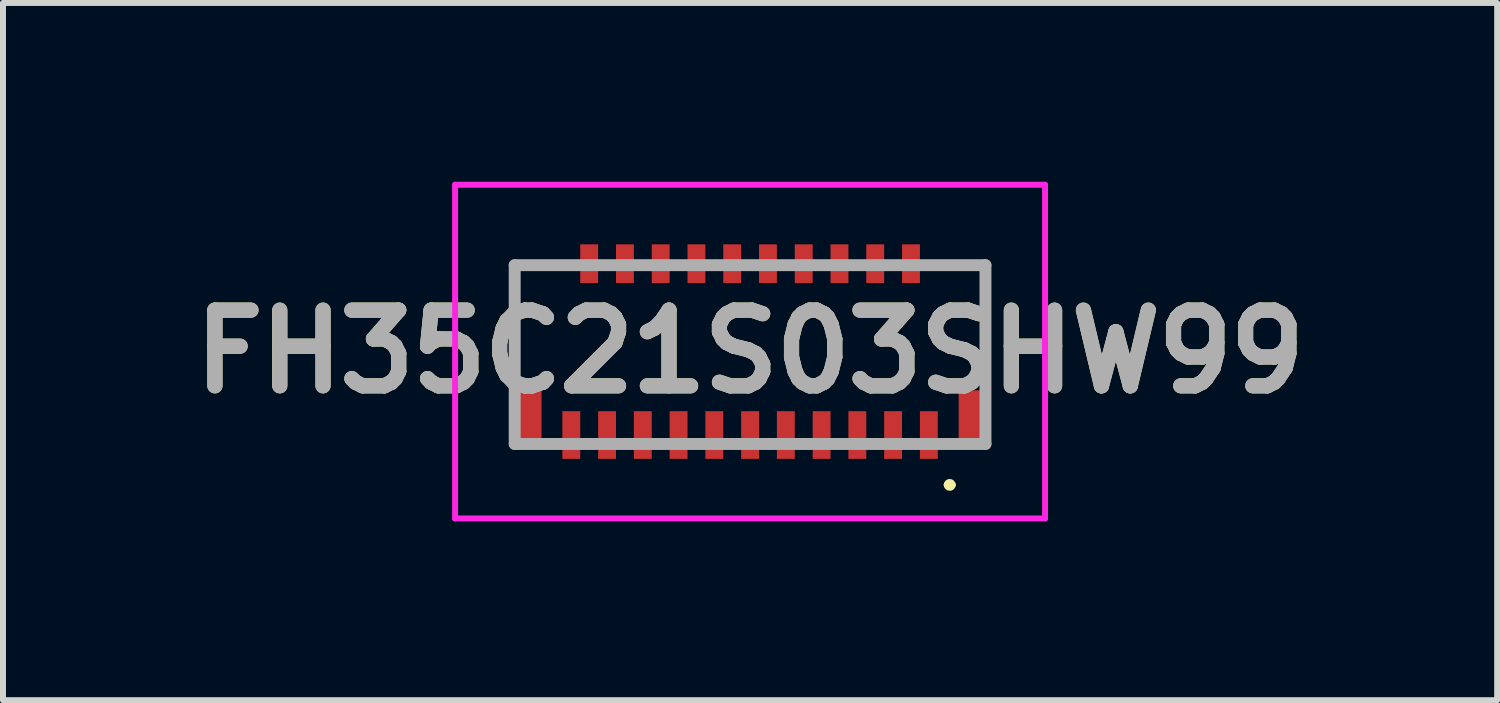
<source format=kicad_pcb>
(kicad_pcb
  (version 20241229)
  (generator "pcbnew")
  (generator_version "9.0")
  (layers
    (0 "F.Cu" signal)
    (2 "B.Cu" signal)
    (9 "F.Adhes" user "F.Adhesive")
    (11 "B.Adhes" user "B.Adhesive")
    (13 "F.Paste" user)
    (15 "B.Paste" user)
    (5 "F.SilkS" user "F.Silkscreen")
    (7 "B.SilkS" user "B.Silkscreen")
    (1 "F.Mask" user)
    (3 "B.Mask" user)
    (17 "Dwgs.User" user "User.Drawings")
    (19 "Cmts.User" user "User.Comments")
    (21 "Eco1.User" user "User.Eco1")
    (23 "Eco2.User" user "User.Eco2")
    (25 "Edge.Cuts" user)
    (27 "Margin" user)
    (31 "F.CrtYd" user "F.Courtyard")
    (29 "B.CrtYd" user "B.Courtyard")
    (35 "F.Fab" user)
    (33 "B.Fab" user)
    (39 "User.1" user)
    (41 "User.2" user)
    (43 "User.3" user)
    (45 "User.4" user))
  (footprint "FH35C21S03SHW99"
    (layer "F.Cu")
    (at 9.537 2.887)
    (property "Reference" "FH35C21S03SHW99" (at 0 -0.037 0) (layer "F.SilkS") (effects (font (size 1.27 1.27) (thickness 0.254))))
    (attr smd)
    (fp_line (start -3.95 -1.487) (end -3.2 -1.487) (stroke (width 0.1) (type solid)) (layer "F.SilkS"))
    (fp_line (start -3.95 0) (end -3.95 -1.487) (stroke (width 0.1) (type solid)) (layer "F.SilkS"))
    (fp_line (start 3.3 2.2) (end 3.3 2.2) (stroke (width 0.1) (type solid)) (layer "F.SilkS"))
    (fp_line (start 3.4 2.2) (end 3.4 2.2) (stroke (width 0.1) (type solid)) (layer "F.SilkS"))
    (fp_line (start 3.95 -1.487) (end 3.4 -1.487) (stroke (width 0.1) (type solid)) (layer "F.SilkS"))
    (fp_line (start 3.95 0.2) (end 3.95 -1.487) (stroke (width 0.1) (type solid)) (layer "F.SilkS"))
    (fp_arc (start 3.3 2.2) (mid 3.35 2.15) (end 3.4 2.2) (stroke (width 0.1) (type solid)) (layer "F.SilkS"))
    (fp_arc (start 3.4 2.2) (mid 3.35 2.25) (end 3.3 2.2) (stroke (width 0.1) (type solid)) (layer "F.SilkS"))
    (fp_line (start -4.95 -2.837) (end 4.95 -2.837) (stroke (width 0.1) (type solid)) (layer "F.CrtYd"))
    (fp_line (start -4.95 2.763) (end -4.95 -2.837) (stroke (width 0.1) (type solid)) (layer "F.CrtYd"))
    (fp_line (start 4.95 -2.837) (end 4.95 2.763) (stroke (width 0.1) (type solid)) (layer "F.CrtYd"))
    (fp_line (start 4.95 2.763) (end -4.95 2.763) (stroke (width 0.1) (type solid)) (layer "F.CrtYd"))
    (fp_line (start -3.95 -1.487) (end 3.95 -1.487) (stroke (width 0.2) (type solid)) (layer "F.Fab"))
    (fp_line (start -3.95 1.513) (end -3.95 -1.487) (stroke (width 0.2) (type solid)) (layer "F.Fab"))
    (fp_line (start 3.95 -1.487) (end 3.95 1.513) (stroke (width 0.2) (type solid)) (layer "F.Fab"))
    (fp_line (start 3.95 1.513) (end -3.95 1.513) (stroke (width 0.2) (type solid)) (layer "F.Fab"))
    (fp_text user "${REFERENCE}" (at 0 -0.037 0) (layer "F.Fab") (effects (font (size 1.27 1.27) (thickness 0.254))))
    (pad "1" smd rect (at 3 1.363) (size 0.3 0.8) (layers "F.Cu" "F.Mask" "F.Paste"))
    (pad "2" smd rect (at 2.7 -1.512) (size 0.3 0.65) (layers "F.Cu" "F.Mask" "F.Paste"))
    (pad "3" smd rect (at 2.4 1.363) (size 0.3 0.8) (layers "F.Cu" "F.Mask" "F.Paste"))
    (pad "4" smd rect (at 2.1 -1.512) (size 0.3 0.65) (layers "F.Cu" "F.Mask" "F.Paste"))
    (pad "5" smd rect (at 1.8 1.363) (size 0.3 0.8) (layers "F.Cu" "F.Mask" "F.Paste"))
    (pad "6" smd rect (at 1.5 -1.512) (size 0.3 0.65) (layers "F.Cu" "F.Mask" "F.Paste"))
    (pad "7" smd rect (at 1.2 1.363) (size 0.3 0.8) (layers "F.Cu" "F.Mask" "F.Paste"))
    (pad "8" smd rect (at 0.9 -1.512) (size 0.3 0.65) (layers "F.Cu" "F.Mask" "F.Paste"))
    (pad "9" smd rect (at 0.6 1.363) (size 0.3 0.8) (layers "F.Cu" "F.Mask" "F.Paste"))
    (pad "10" smd rect (at 0.3 -1.512) (size 0.3 0.65) (layers "F.Cu" "F.Mask" "F.Paste"))
    (pad "11" smd rect (at 0 1.363) (size 0.3 0.8) (layers "F.Cu" "F.Mask" "F.Paste"))
    (pad "12" smd rect (at -0.3 -1.512) (size 0.3 0.65) (layers "F.Cu" "F.Mask" "F.Paste"))
    (pad "13" smd rect (at -0.6 1.363) (size 0.3 0.8) (layers "F.Cu" "F.Mask" "F.Paste"))
    (pad "14" smd rect (at -0.9 -1.512) (size 0.3 0.65) (layers "F.Cu" "F.Mask" "F.Paste"))
    (pad "15" smd rect (at -1.2 1.363) (size 0.3 0.8) (layers "F.Cu" "F.Mask" "F.Paste"))
    (pad "16" smd rect (at -1.5 -1.512) (size 0.3 0.65) (layers "F.Cu" "F.Mask" "F.Paste"))
    (pad "17" smd rect (at -1.8 1.363) (size 0.3 0.8) (layers "F.Cu" "F.Mask" "F.Paste"))
    (pad "18" smd rect (at -2.1 -1.512) (size 0.3 0.65) (layers "F.Cu" "F.Mask" "F.Paste"))
    (pad "19" smd rect (at -2.4 1.363) (size 0.3 0.8) (layers "F.Cu" "F.Mask" "F.Paste"))
    (pad "20" smd rect (at -2.7 -1.512) (size 0.3 0.65) (layers "F.Cu" "F.Mask" "F.Paste"))
    (pad "21" smd rect (at -3 1.363) (size 0.3 0.8) (layers "F.Cu" "F.Mask" "F.Paste"))
    (pad "MP1" smd rect (at 3.7 1.088) (size 0.4 0.95) (layers "F.Cu" "F.Mask" "F.Paste"))
    (pad "MP2" smd rect (at -3.7 1.088) (size 0.4 0.95) (layers "F.Cu" "F.Mask" "F.Paste")))
  (gr_rect
    (start -3 -3)
    (end 22.074 8.7)
    (stroke (width 0.1) (type default))
    (fill no)
    (layer "Edge.Cuts")))
</source>
